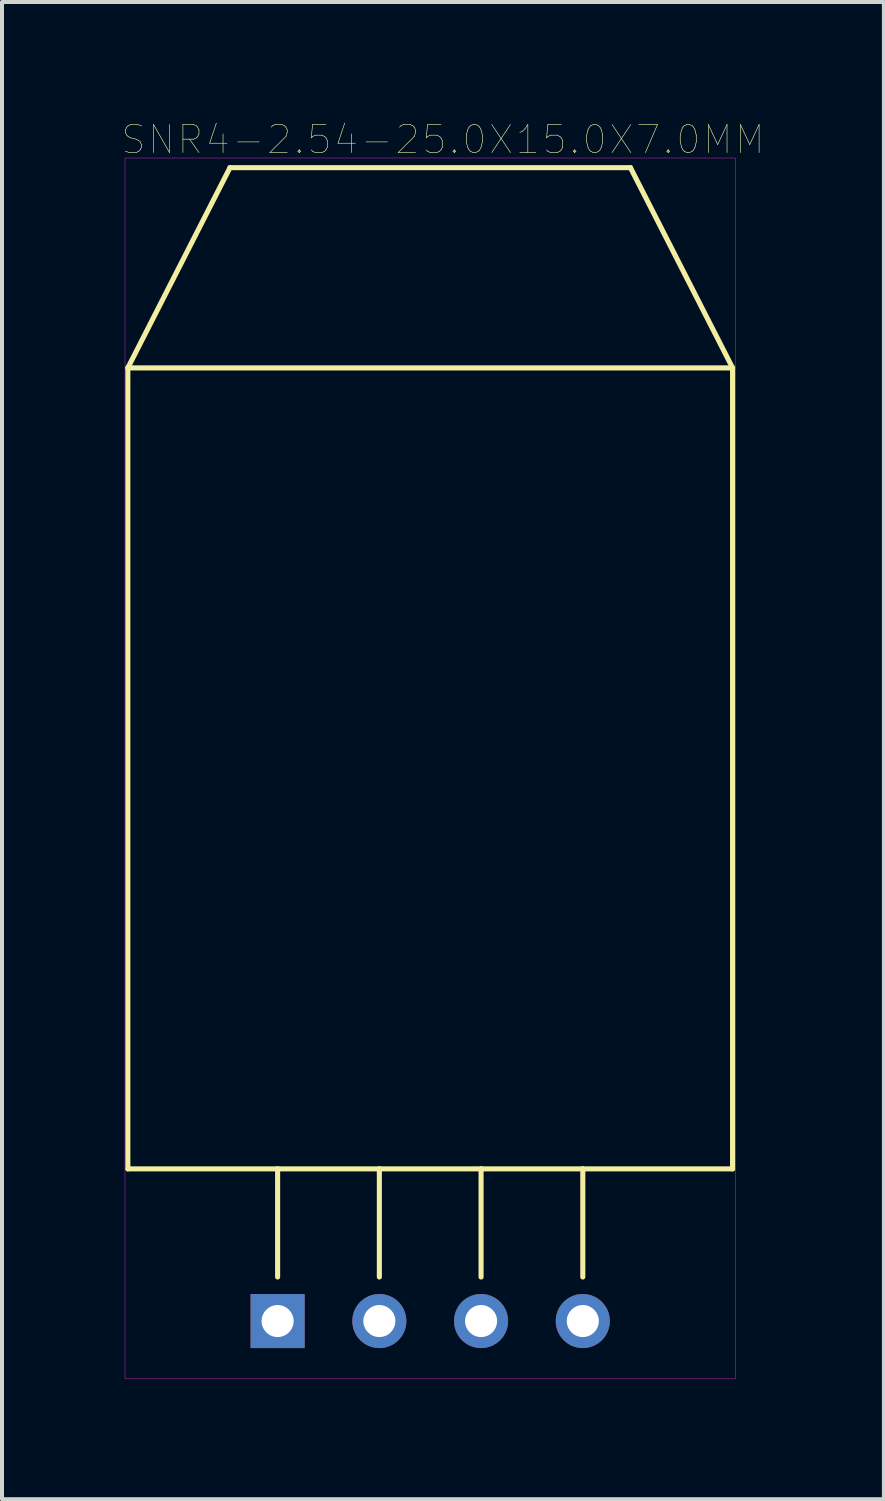
<source format=kicad_pcb>
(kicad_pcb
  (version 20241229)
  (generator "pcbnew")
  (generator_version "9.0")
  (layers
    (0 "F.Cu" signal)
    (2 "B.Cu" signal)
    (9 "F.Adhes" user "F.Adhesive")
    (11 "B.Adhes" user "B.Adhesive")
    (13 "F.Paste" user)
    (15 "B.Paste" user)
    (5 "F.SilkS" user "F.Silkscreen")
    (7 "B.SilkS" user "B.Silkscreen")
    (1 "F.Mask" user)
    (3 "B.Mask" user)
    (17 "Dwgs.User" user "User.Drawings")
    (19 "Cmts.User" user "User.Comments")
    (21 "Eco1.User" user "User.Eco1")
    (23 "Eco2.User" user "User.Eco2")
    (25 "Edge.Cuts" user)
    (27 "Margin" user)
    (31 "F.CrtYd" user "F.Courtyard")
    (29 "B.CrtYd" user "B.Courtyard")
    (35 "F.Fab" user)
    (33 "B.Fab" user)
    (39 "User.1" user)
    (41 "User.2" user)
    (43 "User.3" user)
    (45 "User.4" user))
  (footprint "SNR4-2.54-25.0X15.0X7.0MM"
    (layer "F.Cu")
    (at 7.692 16.136)
    (property "Reference" "SNR4-2.54-25.0X15.0X7.0MM" (at 0.318 -15.7 0) (layer "F.SilkS") (effects (font (size 0.701 0.701) (thickness 0.015))))
    (attr through_hole)
    (fp_line (start -7.55 -10) (end -5 -15) (stroke (width 0.127) (type solid)) (layer "F.SilkS"))
    (fp_line (start -7.55 -10) (end 7.55 -10) (stroke (width 0.127) (type solid)) (layer "F.SilkS"))
    (fp_line (start -7.55 10) (end -7.55 -10) (stroke (width 0.127) (type solid)) (layer "F.SilkS"))
    (fp_line (start -5 -15) (end 5 -15) (stroke (width 0.127) (type solid)) (layer "F.SilkS"))
    (fp_line (start -3.81 10) (end -7.55 10) (stroke (width 0.127) (type solid)) (layer "F.SilkS"))
    (fp_line (start -3.81 12.7) (end -3.81 10) (stroke (width 0.127) (type solid)) (layer "F.SilkS"))
    (fp_line (start -1.27 10) (end -3.81 10) (stroke (width 0.127) (type solid)) (layer "F.SilkS"))
    (fp_line (start -1.27 12.7) (end -1.27 10) (stroke (width 0.127) (type solid)) (layer "F.SilkS"))
    (fp_line (start 1.27 10) (end -1.27 10) (stroke (width 0.127) (type solid)) (layer "F.SilkS"))
    (fp_line (start 1.27 12.7) (end 1.27 10) (stroke (width 0.127) (type solid)) (layer "F.SilkS"))
    (fp_line (start 3.81 10) (end 1.27 10) (stroke (width 0.127) (type solid)) (layer "F.SilkS"))
    (fp_line (start 3.81 12.7) (end 3.81 10) (stroke (width 0.127) (type solid)) (layer "F.SilkS"))
    (fp_line (start 5 -15) (end 7.55 -10) (stroke (width 0.127) (type solid)) (layer "F.SilkS"))
    (fp_line (start 7.55 -10) (end 7.55 10) (stroke (width 0.127) (type solid)) (layer "F.SilkS"))
    (fp_line (start 7.55 10) (end 3.81 10) (stroke (width 0.127) (type solid)) (layer "F.SilkS"))
    (fp_poly (pts (xy -7.621 -15.24) (xy 7.62 -15.24) (xy 7.62 15.243) (xy -7.621 15.243)) (stroke (width 0.01) (type solid)) (fill no) (layer "F.CrtYd"))
    (pad "P$1" thru_hole rect (at -3.81 13.8) (size 1.35 1.35) (drill 0.8) (layers "*.Cu" "*.Mask"))
    (pad "P$2" thru_hole circle (at -1.27 13.8) (size 1.35 1.35) (drill 0.8) (layers "*.Cu" "*.Mask"))
    (pad "P$3" thru_hole circle (at 1.27 13.8) (size 1.35 1.35) (drill 0.8) (layers "*.Cu" "*.Mask"))
    (pad "P$4" thru_hole circle (at 3.81 13.8) (size 1.35 1.35) (drill 0.8) (layers "*.Cu" "*.Mask")))
  (gr_rect
    (start -3 -3)
    (end 19.02 34.384)
    (stroke (width 0.1) (type default))
    (fill no)
    (layer "Edge.Cuts")))
</source>
